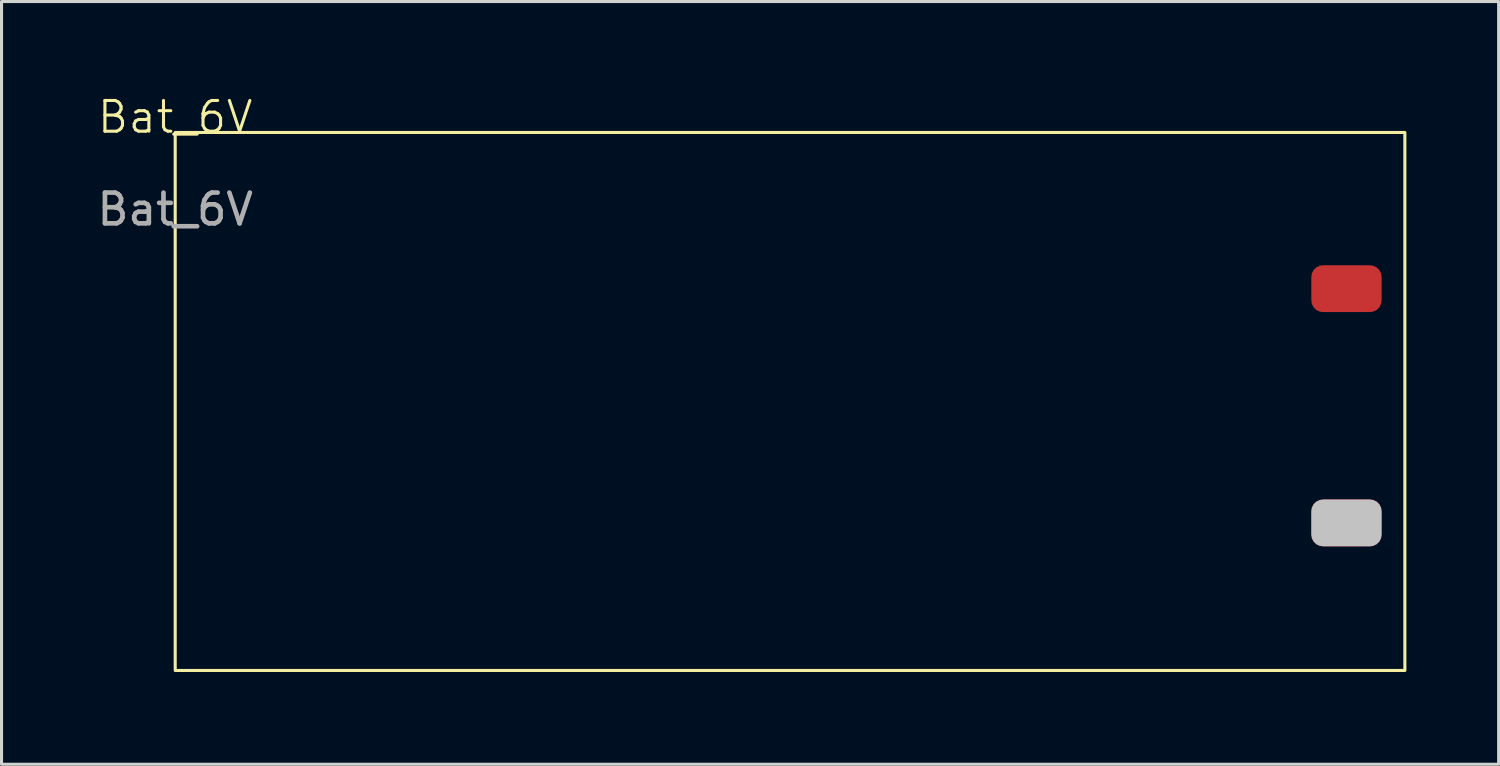
<source format=kicad_pcb>
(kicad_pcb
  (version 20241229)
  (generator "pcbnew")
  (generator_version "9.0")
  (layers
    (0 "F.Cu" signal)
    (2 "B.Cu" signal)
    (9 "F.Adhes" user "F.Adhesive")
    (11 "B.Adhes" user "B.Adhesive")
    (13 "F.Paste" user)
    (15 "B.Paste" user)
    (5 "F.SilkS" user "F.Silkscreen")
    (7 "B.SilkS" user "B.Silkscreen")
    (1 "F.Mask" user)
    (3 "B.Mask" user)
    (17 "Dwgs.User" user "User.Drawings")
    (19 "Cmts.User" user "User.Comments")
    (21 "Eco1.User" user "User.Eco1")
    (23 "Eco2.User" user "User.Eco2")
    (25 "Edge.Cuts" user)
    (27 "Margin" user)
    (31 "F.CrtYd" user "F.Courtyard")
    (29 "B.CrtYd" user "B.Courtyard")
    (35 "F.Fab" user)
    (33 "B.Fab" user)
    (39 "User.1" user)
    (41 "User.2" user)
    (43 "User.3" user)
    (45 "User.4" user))
  (footprint "Bat_6V"
    (layer "F.Cu")
    (at 2.649 1.26)
    (property "Reference" "Bat_6V" (at 0 -0.5 0) (unlocked yes) (layer "F.SilkS") (effects (font (size 1 1) (thickness 0.1))))
    (attr smd)
    (fp_rect (start 0 0) (end 40 17.5) (stroke (width 0.1) (type default)) (fill no) (layer "F.SilkS"))
    (fp_text user "${REFERENCE}" (at 0 2.5 0) (unlocked yes) (layer "F.Fab") (effects (font (size 1 1) (thickness 0.15))))
    (pad "V+" smd roundrect (at 38.1 5.08) (size 2.286 1.524) (layers "F.Cu" "F.Mask" "F.Paste") (roundrect_rratio 0.25))
    (pad "V-" smd roundrect (at 38.1 12.7) (size 2.286 1.524) (layers "F.Cu" "F.Mask" "F.Paste" "Dwgs.User") (roundrect_rratio 0.25)))
  (gr_rect
    (start -3 -3)
    (end 45.699 21.811)
    (stroke (width 0.1) (type default))
    (fill no)
    (layer "Edge.Cuts")))
</source>
